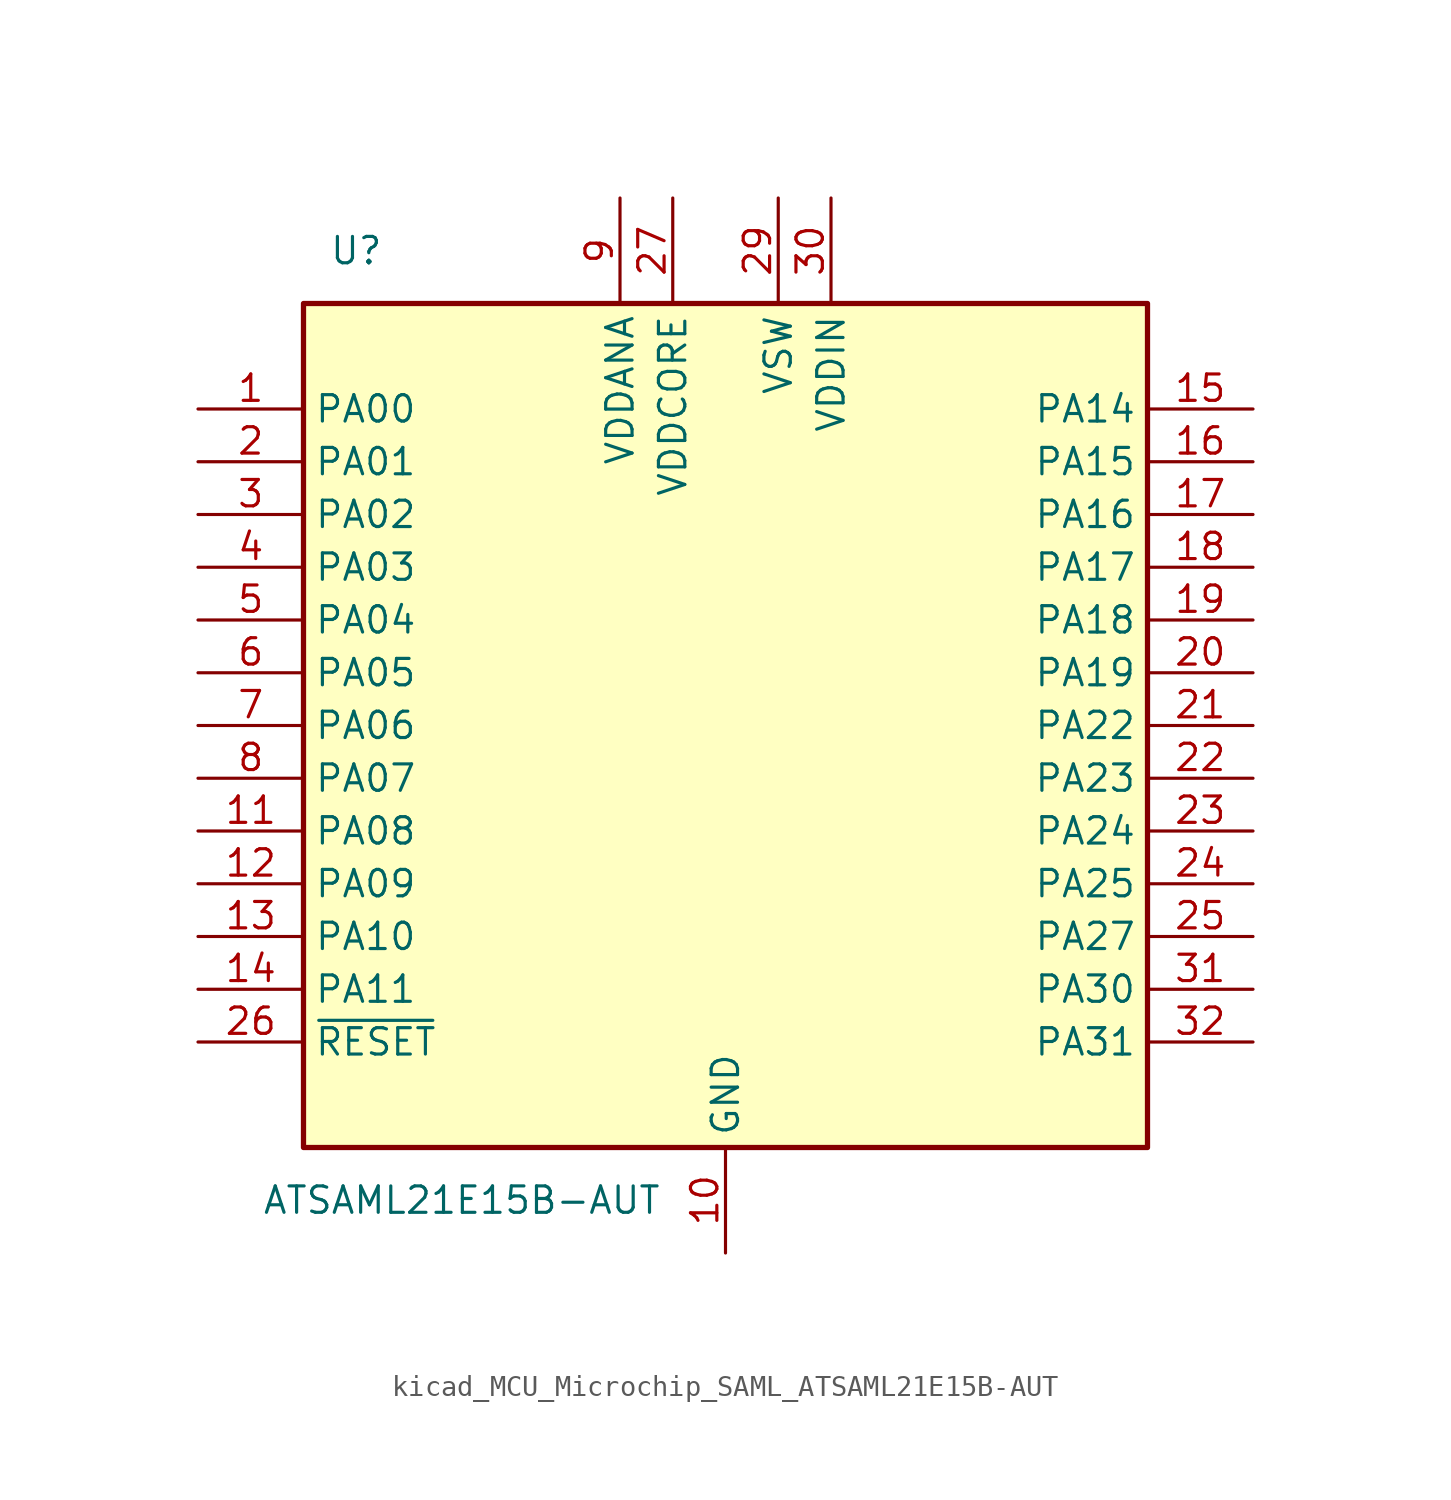
<source format=kicad_sym>
(kicad_symbol_lib
  (version 20220914)
  (generator kicad_symbol_editor)
  (symbol "kicad_MCU_Microchip_SAML_ATSAML21E15B-AUT"
    (property "Reference" "U"
      (at -17.78 22.86 0)
      (effects (font (size 1.27 1.27))))
    (property "Value" "ATSAML21E15B-AUT"
      (at -12.7 -22.86 0)
      (effects (font (size 1.27 1.27))))
    (symbol "kicad_MCU_Microchip_SAML_ATSAML21E15B-AUT_0_1"
      (rectangle (start -20.32 20.32) (end 20.32 -20.32) (stroke (width 0.254) (type default)) (fill (type background))))
    (symbol "kicad_MCU_Microchip_SAML_ATSAML21E15B-AUT_1_1"
      (pin bidirectional line (at -25.4 15.24 0) (length 5.08) (name "PA00" (effects (font (size 1.27 1.27)))) (number "1" (effects (font (size 1.27 1.27)))))
      (pin power_in line (at 0 -25.4 90) (length 5.08) (name "GND" (effects (font (size 1.27 1.27)))) (number "10" (effects (font (size 1.27 1.27)))))
      (pin bidirectional line (at -25.4 -5.08 0) (length 5.08) (name "PA08" (effects (font (size 1.27 1.27)))) (number "11" (effects (font (size 1.27 1.27)))))
      (pin bidirectional line (at -25.4 -7.62 0) (length 5.08) (name "PA09" (effects (font (size 1.27 1.27)))) (number "12" (effects (font (size 1.27 1.27)))))
      (pin bidirectional line (at -25.4 -10.16 0) (length 5.08) (name "PA10" (effects (font (size 1.27 1.27)))) (number "13" (effects (font (size 1.27 1.27)))))
      (pin bidirectional line (at -25.4 -12.7 0) (length 5.08) (name "PA11" (effects (font (size 1.27 1.27)))) (number "14" (effects (font (size 1.27 1.27)))))
      (pin bidirectional line (at 25.4 15.24 180) (length 5.08) (name "PA14" (effects (font (size 1.27 1.27)))) (number "15" (effects (font (size 1.27 1.27)))))
      (pin bidirectional line (at 25.4 12.7 180) (length 5.08) (name "PA15" (effects (font (size 1.27 1.27)))) (number "16" (effects (font (size 1.27 1.27)))))
      (pin bidirectional line (at 25.4 10.16 180) (length 5.08) (name "PA16" (effects (font (size 1.27 1.27)))) (number "17" (effects (font (size 1.27 1.27)))))
      (pin bidirectional line (at 25.4 7.62 180) (length 5.08) (name "PA17" (effects (font (size 1.27 1.27)))) (number "18" (effects (font (size 1.27 1.27)))))
      (pin bidirectional line (at 25.4 5.08 180) (length 5.08) (name "PA18" (effects (font (size 1.27 1.27)))) (number "19" (effects (font (size 1.27 1.27)))))
      (pin bidirectional line (at -25.4 12.7 0) (length 5.08) (name "PA01" (effects (font (size 1.27 1.27)))) (number "2" (effects (font (size 1.27 1.27)))))
      (pin bidirectional line (at 25.4 2.54 180) (length 5.08) (name "PA19" (effects (font (size 1.27 1.27)))) (number "20" (effects (font (size 1.27 1.27)))))
      (pin bidirectional line (at 25.4 0 180) (length 5.08) (name "PA22" (effects (font (size 1.27 1.27)))) (number "21" (effects (font (size 1.27 1.27)))))
      (pin bidirectional line (at 25.4 -2.54 180) (length 5.08) (name "PA23" (effects (font (size 1.27 1.27)))) (number "22" (effects (font (size 1.27 1.27)))))
      (pin bidirectional line (at 25.4 -5.08 180) (length 5.08) (name "PA24" (effects (font (size 1.27 1.27)))) (number "23" (effects (font (size 1.27 1.27)))))
      (pin bidirectional line (at 25.4 -7.62 180) (length 5.08) (name "PA25" (effects (font (size 1.27 1.27)))) (number "24" (effects (font (size 1.27 1.27)))))
      (pin bidirectional line (at 25.4 -10.16 180) (length 5.08) (name "PA27" (effects (font (size 1.27 1.27)))) (number "25" (effects (font (size 1.27 1.27)))))
      (pin input line (at -25.4 -15.24 0) (length 5.08) (name "~{RESET}" (effects (font (size 1.27 1.27)))) (number "26" (effects (font (size 1.27 1.27)))))
      (pin power_in line (at -2.54 25.4 270) (length 5.08) (name "VDDCORE" (effects (font (size 1.27 1.27)))) (number "27" (effects (font (size 1.27 1.27)))))
      (pin passive line (at 0 -25.4 90) (length 5.08) hide (name "GND" (effects (font (size 1.27 1.27)))) (number "28" (effects (font (size 1.27 1.27)))))
      (pin power_out line (at 2.54 25.4 270) (length 5.08) (name "VSW" (effects (font (size 1.27 1.27)))) (number "29" (effects (font (size 1.27 1.27)))))
      (pin bidirectional line (at -25.4 10.16 0) (length 5.08) (name "PA02" (effects (font (size 1.27 1.27)))) (number "3" (effects (font (size 1.27 1.27)))))
      (pin power_in line (at 5.08 25.4 270) (length 5.08) (name "VDDIN" (effects (font (size 1.27 1.27)))) (number "30" (effects (font (size 1.27 1.27)))))
      (pin bidirectional line (at 25.4 -12.7 180) (length 5.08) (name "PA30" (effects (font (size 1.27 1.27)))) (number "31" (effects (font (size 1.27 1.27)))))
      (pin bidirectional line (at 25.4 -15.24 180) (length 5.08) (name "PA31" (effects (font (size 1.27 1.27)))) (number "32" (effects (font (size 1.27 1.27)))))
      (pin bidirectional line (at -25.4 7.62 0) (length 5.08) (name "PA03" (effects (font (size 1.27 1.27)))) (number "4" (effects (font (size 1.27 1.27)))))
      (pin bidirectional line (at -25.4 5.08 0) (length 5.08) (name "PA04" (effects (font (size 1.27 1.27)))) (number "5" (effects (font (size 1.27 1.27)))))
      (pin bidirectional line (at -25.4 2.54 0) (length 5.08) (name "PA05" (effects (font (size 1.27 1.27)))) (number "6" (effects (font (size 1.27 1.27)))))
      (pin bidirectional line (at -25.4 0 0) (length 5.08) (name "PA06" (effects (font (size 1.27 1.27)))) (number "7" (effects (font (size 1.27 1.27)))))
      (pin bidirectional line (at -25.4 -2.54 0) (length 5.08) (name "PA07" (effects (font (size 1.27 1.27)))) (number "8" (effects (font (size 1.27 1.27)))))
      (pin power_in line (at -5.08 25.4 270) (length 5.08) (name "VDDANA" (effects (font (size 1.27 1.27)))) (number "9" (effects (font (size 1.27 1.27))))))))
</source>
